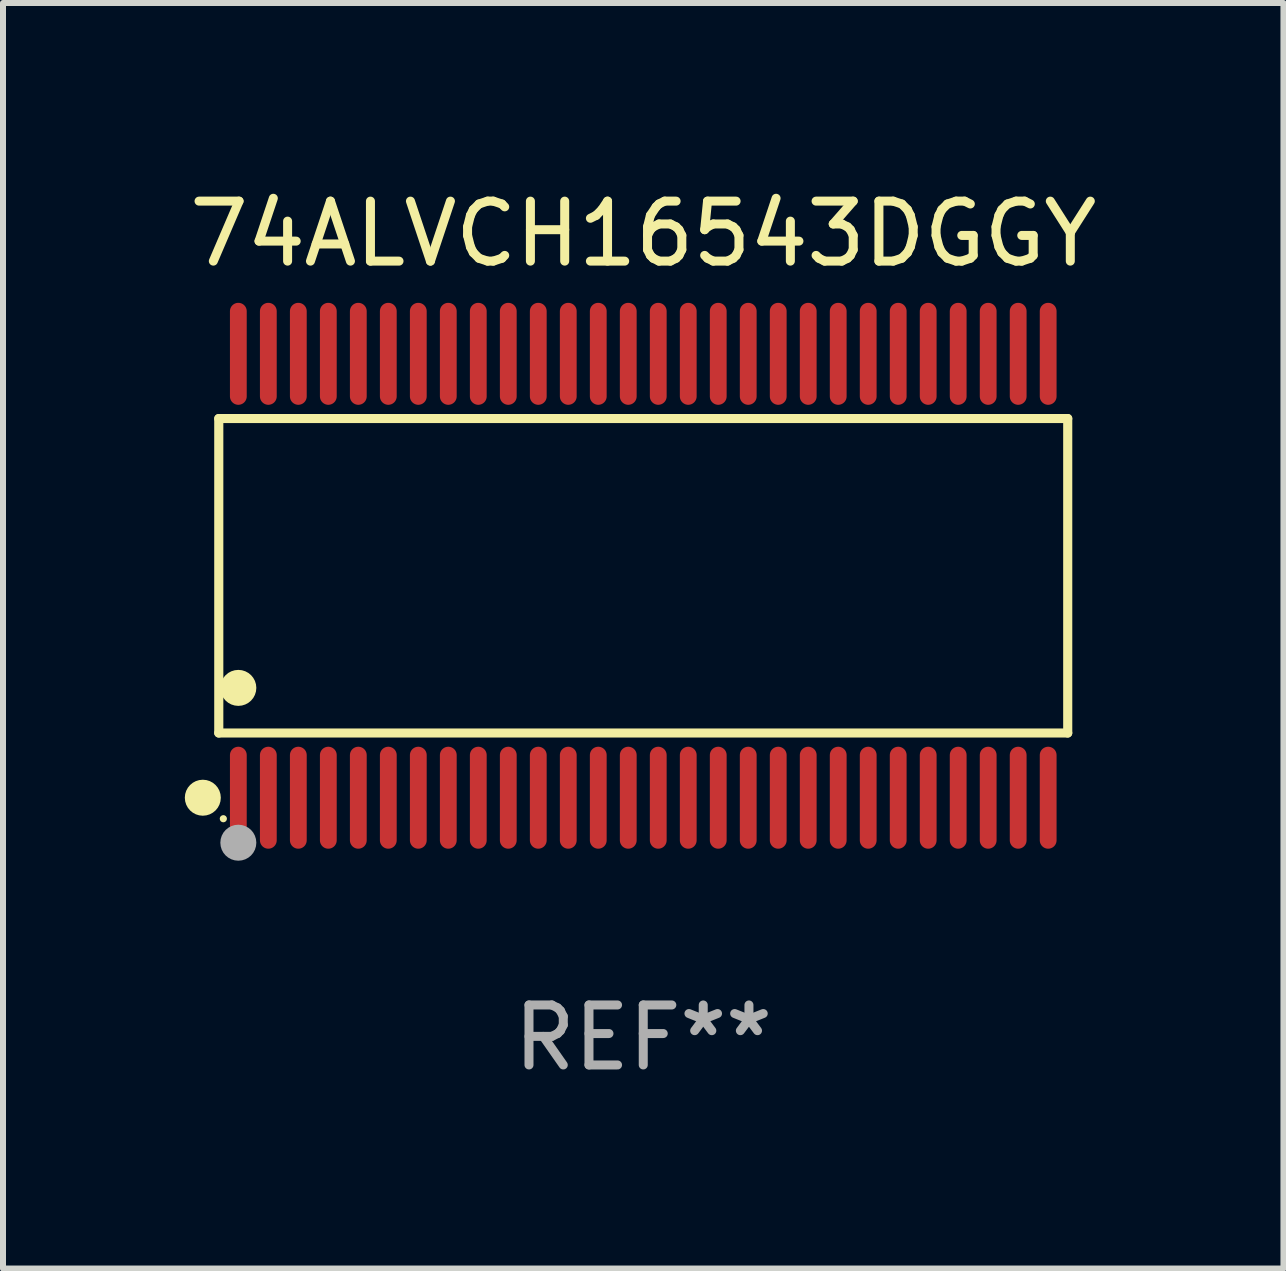
<source format=kicad_pcb>
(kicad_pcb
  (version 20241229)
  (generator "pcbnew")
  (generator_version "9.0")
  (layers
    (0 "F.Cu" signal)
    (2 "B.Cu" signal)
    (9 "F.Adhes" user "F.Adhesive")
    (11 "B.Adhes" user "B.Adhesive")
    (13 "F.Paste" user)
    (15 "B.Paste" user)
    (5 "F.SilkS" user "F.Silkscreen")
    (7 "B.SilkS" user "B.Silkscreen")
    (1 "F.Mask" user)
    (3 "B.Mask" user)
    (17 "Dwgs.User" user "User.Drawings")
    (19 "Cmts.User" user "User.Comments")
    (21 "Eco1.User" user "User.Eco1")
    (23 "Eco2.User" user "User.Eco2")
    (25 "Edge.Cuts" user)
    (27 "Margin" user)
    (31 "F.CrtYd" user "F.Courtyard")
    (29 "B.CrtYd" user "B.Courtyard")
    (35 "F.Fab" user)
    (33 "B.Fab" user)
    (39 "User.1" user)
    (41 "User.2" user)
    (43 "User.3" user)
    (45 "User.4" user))
  (footprint "74ALVCH16543DGGY"
    (layer "F.Cu")
    (at 7.673 6.548)
    (property "Reference" "74ALVCH16543DGGY" (at 0 -5.7 0) (layer "F.SilkS") (effects (font (size 1 1) (thickness 0.15))))
    (attr through_hole)
    (fp_line (start -7.076 -2.621) (end 7.076 -2.621) (stroke (width 0.152) (type solid)) (layer "F.SilkS"))
    (fp_line (start -7.076 2.621) (end -7.076 -2.621) (stroke (width 0.152) (type solid)) (layer "F.SilkS"))
    (fp_line (start 7.076 -2.621) (end 7.076 2.621) (stroke (width 0.152) (type solid)) (layer "F.SilkS"))
    (fp_line (start 7.076 2.621) (end -7.076 2.621) (stroke (width 0.152) (type solid)) (layer "F.SilkS"))
    (fp_circle (center -7.342 3.7) (end -7.192 3.7) (stroke (width 0.3) (type solid)) (fill no) (layer "F.SilkS"))
    (fp_circle (center -7 4.05) (end -6.97 4.05) (stroke (width 0.06) (type solid)) (fill no) (layer "F.SilkS"))
    (fp_circle (center -6.75 1.869) (end -6.6 1.869) (stroke (width 0.3) (type solid)) (fill no) (layer "F.SilkS"))
    (fp_circle (center -6.75 4.45) (end -6.6 4.45) (stroke (width 0.3) (type solid)) (fill no) (layer "F.Fab"))
    (fp_text user "REF**" (at 0 7.7 0) (layer "F.Fab") (effects (font (size 1 1) (thickness 0.15))))
    (pad "1" smd oval (at -6.75 3.7) (size 0.28 1.7) (layers "F.Cu" "F.Mask" "F.Paste"))
    (pad "2" smd oval (at -6.25 3.7) (size 0.28 1.7) (layers "F.Cu" "F.Mask" "F.Paste"))
    (pad "3" smd oval (at -5.75 3.7) (size 0.28 1.7) (layers "F.Cu" "F.Mask" "F.Paste"))
    (pad "4" smd oval (at -5.25 3.7) (size 0.28 1.7) (layers "F.Cu" "F.Mask" "F.Paste"))
    (pad "5" smd oval (at -4.75 3.7) (size 0.28 1.7) (layers "F.Cu" "F.Mask" "F.Paste"))
    (pad "6" smd oval (at -4.25 3.7) (size 0.28 1.7) (layers "F.Cu" "F.Mask" "F.Paste"))
    (pad "7" smd oval (at -3.75 3.7) (size 0.28 1.7) (layers "F.Cu" "F.Mask" "F.Paste"))
    (pad "8" smd oval (at -3.25 3.7) (size 0.28 1.7) (layers "F.Cu" "F.Mask" "F.Paste"))
    (pad "9" smd oval (at -2.75 3.7) (size 0.28 1.7) (layers "F.Cu" "F.Mask" "F.Paste"))
    (pad "10" smd oval (at -2.25 3.7) (size 0.28 1.7) (layers "F.Cu" "F.Mask" "F.Paste"))
    (pad "11" smd oval (at -1.75 3.7) (size 0.28 1.7) (layers "F.Cu" "F.Mask" "F.Paste"))
    (pad "12" smd oval (at -1.25 3.7) (size 0.28 1.7) (layers "F.Cu" "F.Mask" "F.Paste"))
    (pad "13" smd oval (at -0.75 3.7) (size 0.28 1.7) (layers "F.Cu" "F.Mask" "F.Paste"))
    (pad "14" smd oval (at -0.25 3.7) (size 0.28 1.7) (layers "F.Cu" "F.Mask" "F.Paste"))
    (pad "15" smd oval (at 0.25 3.7) (size 0.28 1.7) (layers "F.Cu" "F.Mask" "F.Paste"))
    (pad "16" smd oval (at 0.75 3.7) (size 0.28 1.7) (layers "F.Cu" "F.Mask" "F.Paste"))
    (pad "17" smd oval (at 1.25 3.7) (size 0.28 1.7) (layers "F.Cu" "F.Mask" "F.Paste"))
    (pad "18" smd oval (at 1.75 3.7) (size 0.28 1.7) (layers "F.Cu" "F.Mask" "F.Paste"))
    (pad "19" smd oval (at 2.25 3.7) (size 0.28 1.7) (layers "F.Cu" "F.Mask" "F.Paste"))
    (pad "20" smd oval (at 2.75 3.7) (size 0.28 1.7) (layers "F.Cu" "F.Mask" "F.Paste"))
    (pad "21" smd oval (at 3.25 3.7) (size 0.28 1.7) (layers "F.Cu" "F.Mask" "F.Paste"))
    (pad "22" smd oval (at 3.75 3.7) (size 0.28 1.7) (layers "F.Cu" "F.Mask" "F.Paste"))
    (pad "23" smd oval (at 4.25 3.7) (size 0.28 1.7) (layers "F.Cu" "F.Mask" "F.Paste"))
    (pad "24" smd oval (at 4.75 3.7) (size 0.28 1.7) (layers "F.Cu" "F.Mask" "F.Paste"))
    (pad "25" smd oval (at 5.25 3.7) (size 0.28 1.7) (layers "F.Cu" "F.Mask" "F.Paste"))
    (pad "26" smd oval (at 5.75 3.7) (size 0.28 1.7) (layers "F.Cu" "F.Mask" "F.Paste"))
    (pad "27" smd oval (at 6.25 3.7) (size 0.28 1.7) (layers "F.Cu" "F.Mask" "F.Paste"))
    (pad "28" smd oval (at 6.75 3.7) (size 0.28 1.7) (layers "F.Cu" "F.Mask" "F.Paste"))
    (pad "29" smd oval (at 6.75 -3.7) (size 0.28 1.7) (layers "F.Cu" "F.Mask" "F.Paste"))
    (pad "30" smd oval (at 6.25 -3.7) (size 0.28 1.7) (layers "F.Cu" "F.Mask" "F.Paste"))
    (pad "31" smd oval (at 5.75 -3.7) (size 0.28 1.7) (layers "F.Cu" "F.Mask" "F.Paste"))
    (pad "32" smd oval (at 5.25 -3.7) (size 0.28 1.7) (layers "F.Cu" "F.Mask" "F.Paste"))
    (pad "33" smd oval (at 4.75 -3.7) (size 0.28 1.7) (layers "F.Cu" "F.Mask" "F.Paste"))
    (pad "34" smd oval (at 4.25 -3.7) (size 0.28 1.7) (layers "F.Cu" "F.Mask" "F.Paste"))
    (pad "35" smd oval (at 3.75 -3.7) (size 0.28 1.7) (layers "F.Cu" "F.Mask" "F.Paste"))
    (pad "36" smd oval (at 3.25 -3.7) (size 0.28 1.7) (layers "F.Cu" "F.Mask" "F.Paste"))
    (pad "37" smd oval (at 2.75 -3.7) (size 0.28 1.7) (layers "F.Cu" "F.Mask" "F.Paste"))
    (pad "38" smd oval (at 2.25 -3.7) (size 0.28 1.7) (layers "F.Cu" "F.Mask" "F.Paste"))
    (pad "39" smd oval (at 1.75 -3.7) (size 0.28 1.7) (layers "F.Cu" "F.Mask" "F.Paste"))
    (pad "40" smd oval (at 1.25 -3.7) (size 0.28 1.7) (layers "F.Cu" "F.Mask" "F.Paste"))
    (pad "41" smd oval (at 0.75 -3.7) (size 0.28 1.7) (layers "F.Cu" "F.Mask" "F.Paste"))
    (pad "42" smd oval (at 0.25 -3.7) (size 0.28 1.7) (layers "F.Cu" "F.Mask" "F.Paste"))
    (pad "43" smd oval (at -0.25 -3.7) (size 0.28 1.7) (layers "F.Cu" "F.Mask" "F.Paste"))
    (pad "44" smd oval (at -0.75 -3.7) (size 0.28 1.7) (layers "F.Cu" "F.Mask" "F.Paste"))
    (pad "45" smd oval (at -1.25 -3.7) (size 0.28 1.7) (layers "F.Cu" "F.Mask" "F.Paste"))
    (pad "46" smd oval (at -1.75 -3.7) (size 0.28 1.7) (layers "F.Cu" "F.Mask" "F.Paste"))
    (pad "47" smd oval (at -2.25 -3.7) (size 0.28 1.7) (layers "F.Cu" "F.Mask" "F.Paste"))
    (pad "48" smd oval (at -2.75 -3.7) (size 0.28 1.7) (layers "F.Cu" "F.Mask" "F.Paste"))
    (pad "49" smd oval (at -3.25 -3.7) (size 0.28 1.7) (layers "F.Cu" "F.Mask" "F.Paste"))
    (pad "50" smd oval (at -3.75 -3.7) (size 0.28 1.7) (layers "F.Cu" "F.Mask" "F.Paste"))
    (pad "51" smd oval (at -4.25 -3.7) (size 0.28 1.7) (layers "F.Cu" "F.Mask" "F.Paste"))
    (pad "52" smd oval (at -4.75 -3.7) (size 0.28 1.7) (layers "F.Cu" "F.Mask" "F.Paste"))
    (pad "53" smd oval (at -5.25 -3.7) (size 0.28 1.7) (layers "F.Cu" "F.Mask" "F.Paste"))
    (pad "54" smd oval (at -5.75 -3.7) (size 0.28 1.7) (layers "F.Cu" "F.Mask" "F.Paste"))
    (pad "55" smd oval (at -6.25 -3.7) (size 0.28 1.7) (layers "F.Cu" "F.Mask" "F.Paste"))
    (pad "56" smd oval (at -6.75 -3.7) (size 0.28 1.7) (layers "F.Cu" "F.Mask" "F.Paste")))
  (gr_rect
    (start -3 -3)
    (end 18.345 18.097)
    (stroke (width 0.1) (type default))
    (fill no)
    (layer "Edge.Cuts")))
</source>
